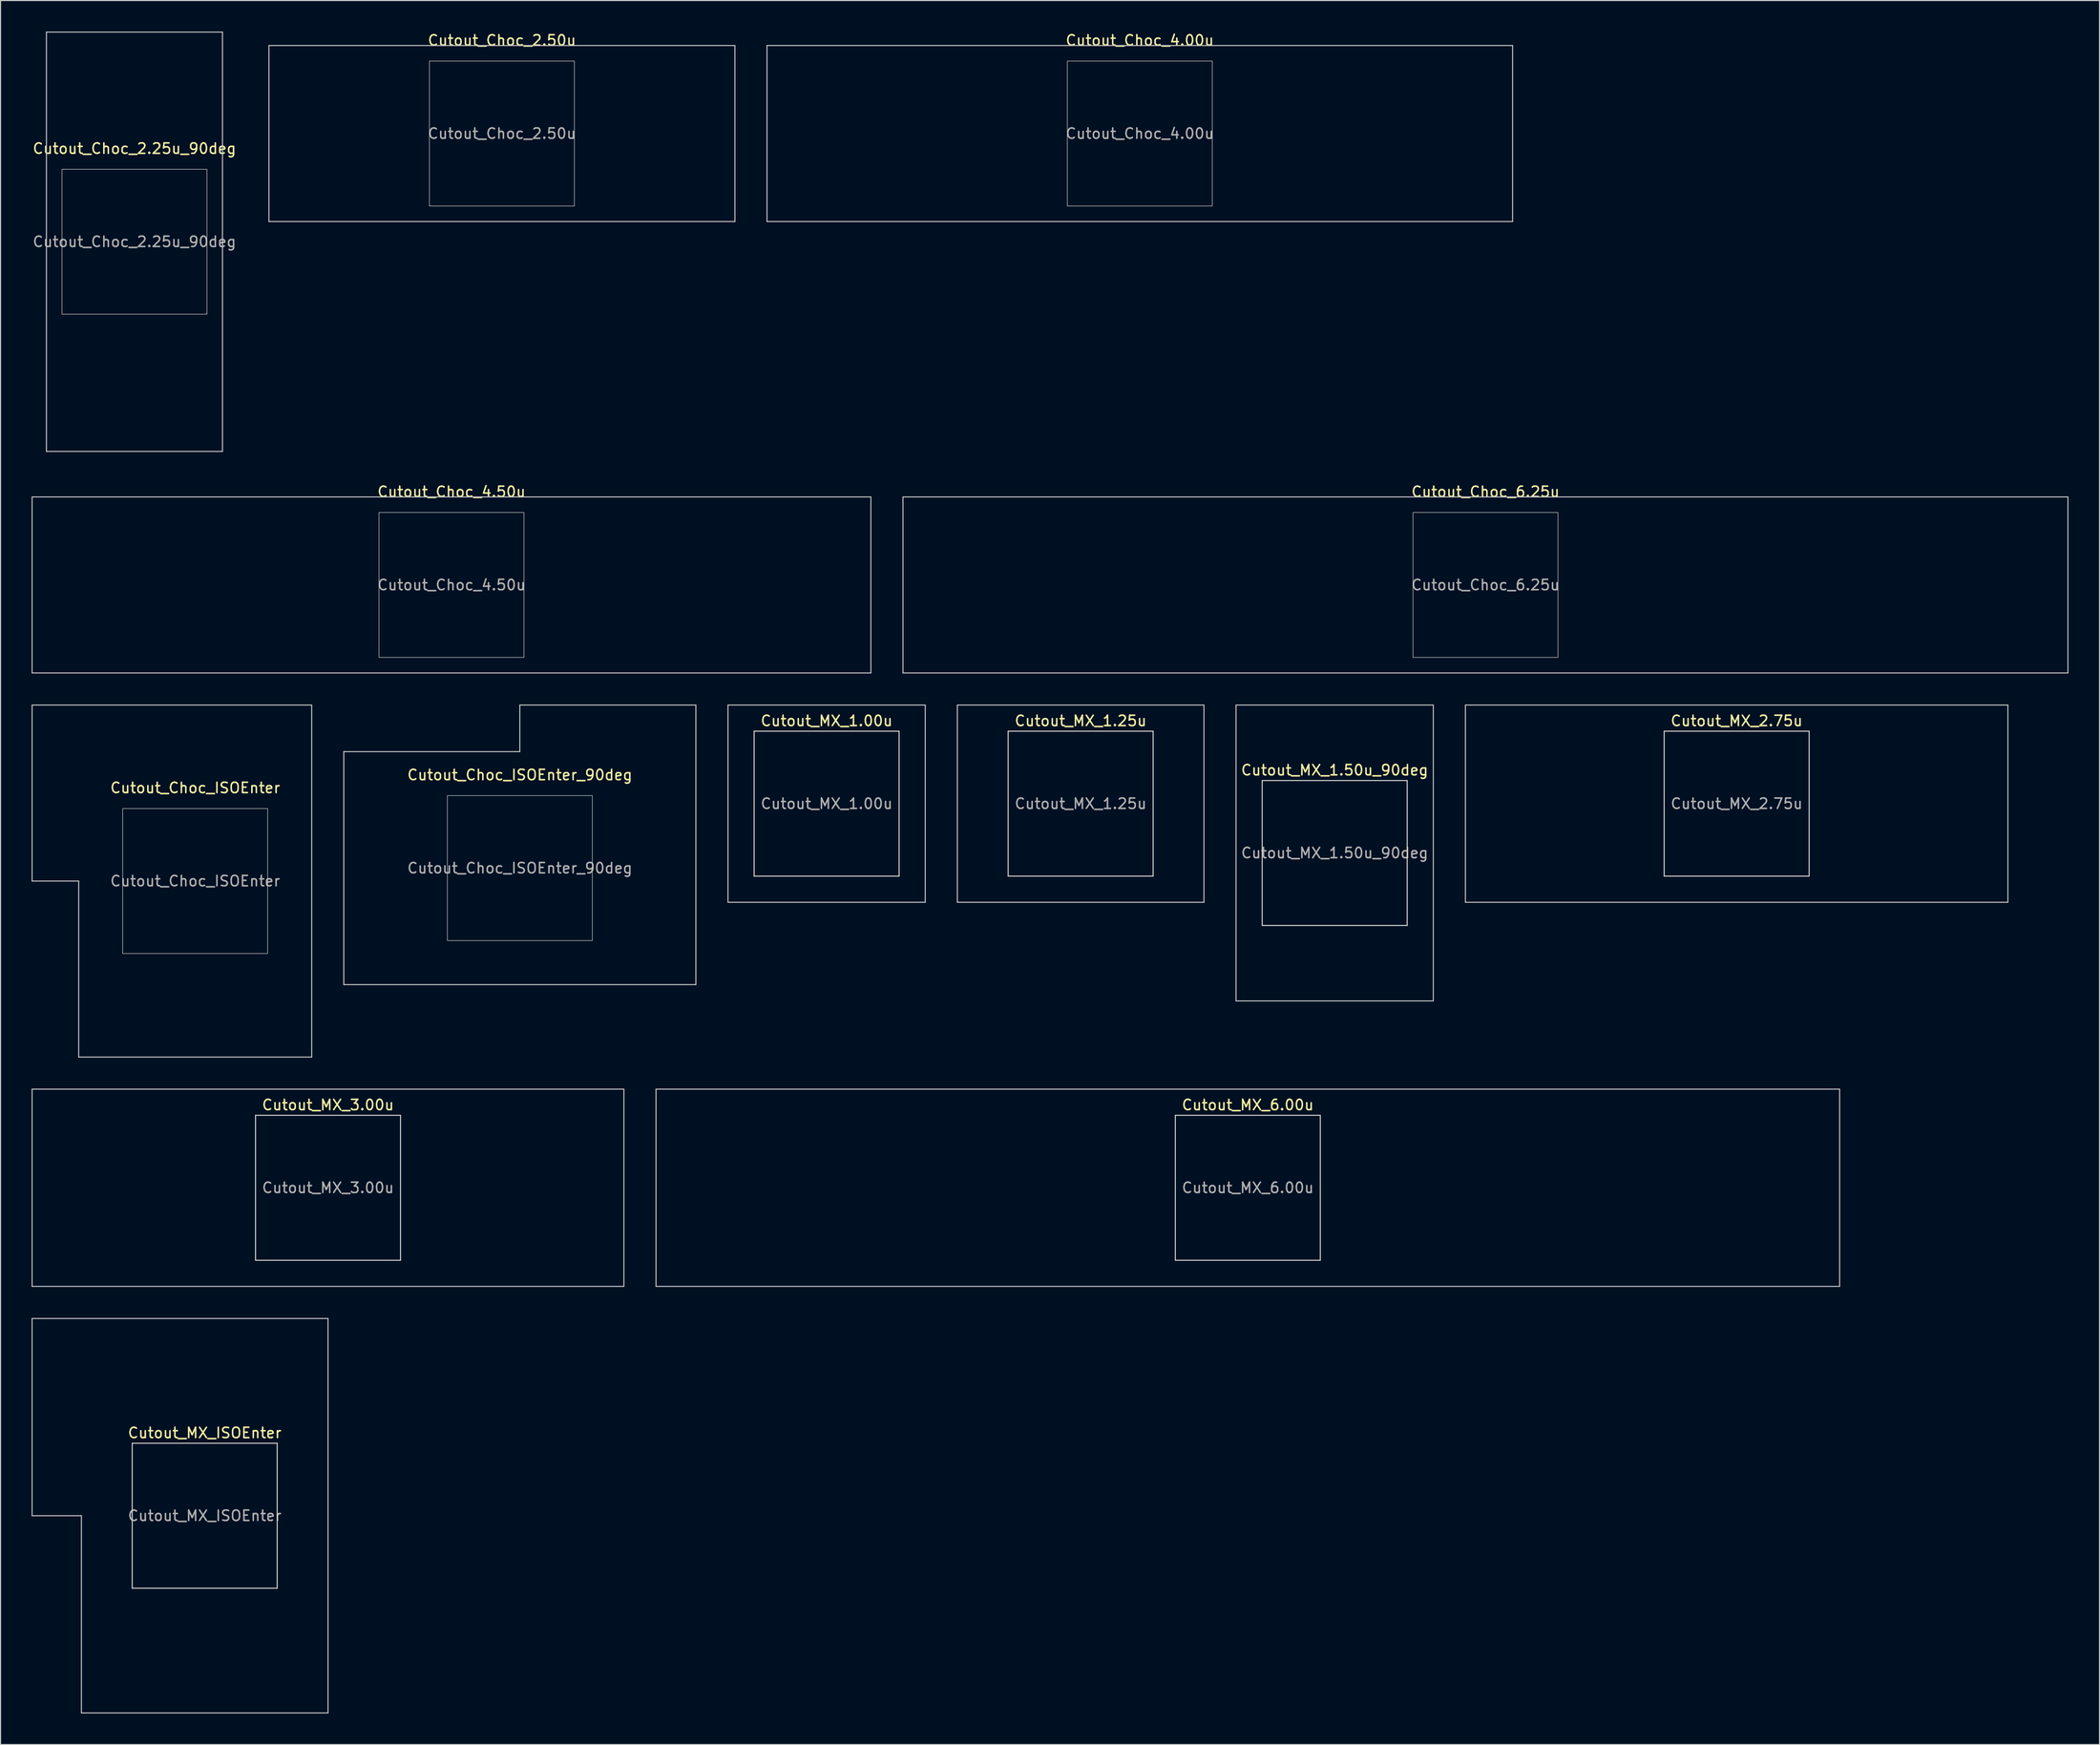
<source format=kicad_pcb>
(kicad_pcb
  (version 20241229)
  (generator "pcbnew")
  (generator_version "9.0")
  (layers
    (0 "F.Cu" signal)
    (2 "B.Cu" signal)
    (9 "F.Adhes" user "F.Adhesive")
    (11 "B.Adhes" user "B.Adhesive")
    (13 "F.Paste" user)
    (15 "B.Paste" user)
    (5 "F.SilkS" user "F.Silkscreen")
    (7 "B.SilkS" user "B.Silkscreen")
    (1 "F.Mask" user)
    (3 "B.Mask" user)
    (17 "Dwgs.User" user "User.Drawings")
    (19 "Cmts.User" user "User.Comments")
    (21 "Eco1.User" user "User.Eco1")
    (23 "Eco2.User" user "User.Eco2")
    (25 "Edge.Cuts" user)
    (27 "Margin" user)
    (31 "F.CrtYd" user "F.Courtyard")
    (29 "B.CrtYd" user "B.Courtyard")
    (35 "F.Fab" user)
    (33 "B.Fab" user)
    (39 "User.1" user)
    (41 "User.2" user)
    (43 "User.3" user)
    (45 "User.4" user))
  (footprint "Cutout_Choc_2.50u"
    (layer "F.Cu")
    (at 45.419 9.848)
    (property "Reference" "Cutout_Choc_2.50u" (at 0 -9 0) (layer "F.SilkS") (effects (font (size 1 1) (thickness 0.15))))
    (attr through_hole)
    (fp_line (start -22.5 -8.5) (end -22.5 8.5) (stroke (width 0.1) (type solid)) (layer "Dwgs.User"))
    (fp_line (start -22.5 8.5) (end 22.5 8.5) (stroke (width 0.1) (type solid)) (layer "Dwgs.User"))
    (fp_line (start 22.5 -8.5) (end -22.5 -8.5) (stroke (width 0.1) (type solid)) (layer "Dwgs.User"))
    (fp_line (start 22.5 8.5) (end 22.5 -8.5) (stroke (width 0.1) (type solid)) (layer "Dwgs.User"))
    (fp_rect (start -7 -7) (end 7 7) (stroke (width 0.05) (type default)) (fill no) (layer "Edge.Cuts"))
    (fp_text user "${REFERENCE}" (at 0 0 0) (layer "F.Fab") (effects (font (size 1 1) (thickness 0.15)))))
  (footprint "Cutout_MX_1.00u"
    (layer "F.Cu")
    (at 76.775 74.573)
    (property "Reference" "Cutout_MX_1.00u" (at 0 -8 0) (layer "F.SilkS") (effects (font (size 1 1) (thickness 0.15))))
    (attr through_hole)
    (fp_line (start -9.525 -9.525) (end -9.525 9.525) (stroke (width 0.1) (type solid)) (layer "Dwgs.User"))
    (fp_line (start -9.525 9.525) (end 9.525 9.525) (stroke (width 0.1) (type solid)) (layer "Dwgs.User"))
    (fp_line (start 9.525 -9.525) (end -9.525 -9.525) (stroke (width 0.1) (type solid)) (layer "Dwgs.User"))
    (fp_line (start 9.525 9.525) (end 9.525 -9.525) (stroke (width 0.1) (type solid)) (layer "Dwgs.User"))
    (fp_line (start -7 -7) (end -7 7) (stroke (width 0.1) (type solid)) (layer "Edge.Cuts"))
    (fp_line (start -7 7) (end 7 7) (stroke (width 0.1) (type solid)) (layer "Edge.Cuts"))
    (fp_line (start 7 -7) (end -7 -7) (stroke (width 0.1) (type solid)) (layer "Edge.Cuts"))
    (fp_line (start 7 7) (end 7 -7) (stroke (width 0.1) (type solid)) (layer "Edge.Cuts"))
    (fp_text user "${REFERENCE}" (at 0 0 0) (layer "F.Fab") (effects (font (size 1 1) (thickness 0.15)))))
  (footprint "Cutout_Choc_4.50u"
    (layer "F.Cu")
    (at 40.55 53.448)
    (property "Reference" "Cutout_Choc_4.50u" (at 0 -9 0) (layer "F.SilkS") (effects (font (size 1 1) (thickness 0.15))))
    (attr through_hole)
    (fp_line (start -40.5 -8.5) (end -40.5 8.5) (stroke (width 0.1) (type solid)) (layer "Dwgs.User"))
    (fp_line (start -40.5 8.5) (end 40.5 8.5) (stroke (width 0.1) (type solid)) (layer "Dwgs.User"))
    (fp_line (start 40.5 -8.5) (end -40.5 -8.5) (stroke (width 0.1) (type solid)) (layer "Dwgs.User"))
    (fp_line (start 40.5 8.5) (end 40.5 -8.5) (stroke (width 0.1) (type solid)) (layer "Dwgs.User"))
    (fp_rect (start -7 -7) (end 7 7) (stroke (width 0.05) (type default)) (fill no) (layer "Edge.Cuts"))
    (fp_text user "${REFERENCE}" (at 0 0 0) (layer "F.Fab") (effects (font (size 1 1) (thickness 0.15)))))
  (footprint "Cutout_MX_2.75u"
    (layer "F.Cu")
    (at 164.656 74.573)
    (property "Reference" "Cutout_MX_2.75u" (at 0 -8 0) (layer "F.SilkS") (effects (font (size 1 1) (thickness 0.15))))
    (attr through_hole)
    (fp_line (start -26.194 -9.525) (end -26.194 9.525) (stroke (width 0.1) (type solid)) (layer "Dwgs.User"))
    (fp_line (start -26.194 9.525) (end 26.194 9.525) (stroke (width 0.1) (type solid)) (layer "Dwgs.User"))
    (fp_line (start 26.194 -9.525) (end -26.194 -9.525) (stroke (width 0.1) (type solid)) (layer "Dwgs.User"))
    (fp_line (start 26.194 9.525) (end 26.194 -9.525) (stroke (width 0.1) (type solid)) (layer "Dwgs.User"))
    (fp_line (start -7 -7) (end -7 7) (stroke (width 0.1) (type solid)) (layer "Edge.Cuts"))
    (fp_line (start -7 7) (end 7 7) (stroke (width 0.1) (type solid)) (layer "Edge.Cuts"))
    (fp_line (start 7 -7) (end -7 -7) (stroke (width 0.1) (type solid)) (layer "Edge.Cuts"))
    (fp_line (start 7 7) (end 7 -7) (stroke (width 0.1) (type solid)) (layer "Edge.Cuts"))
    (fp_text user "${REFERENCE}" (at 0 0 0) (layer "F.Fab") (effects (font (size 1 1) (thickness 0.15)))))
  (footprint "Cutout_MX_1.25u"
    (layer "F.Cu")
    (at 101.306 74.573)
    (property "Reference" "Cutout_MX_1.25u" (at 0 -8 0) (layer "F.SilkS") (effects (font (size 1 1) (thickness 0.15))))
    (attr through_hole)
    (fp_line (start -11.906 -9.525) (end -11.906 9.525) (stroke (width 0.1) (type solid)) (layer "Dwgs.User"))
    (fp_line (start -11.906 9.525) (end 11.906 9.525) (stroke (width 0.1) (type solid)) (layer "Dwgs.User"))
    (fp_line (start 11.906 -9.525) (end -11.906 -9.525) (stroke (width 0.1) (type solid)) (layer "Dwgs.User"))
    (fp_line (start 11.906 9.525) (end 11.906 -9.525) (stroke (width 0.1) (type solid)) (layer "Dwgs.User"))
    (fp_line (start -7 -7) (end -7 7) (stroke (width 0.1) (type solid)) (layer "Edge.Cuts"))
    (fp_line (start -7 7) (end 7 7) (stroke (width 0.1) (type solid)) (layer "Edge.Cuts"))
    (fp_line (start 7 -7) (end -7 -7) (stroke (width 0.1) (type solid)) (layer "Edge.Cuts"))
    (fp_line (start 7 7) (end 7 -7) (stroke (width 0.1) (type solid)) (layer "Edge.Cuts"))
    (fp_text user "${REFERENCE}" (at 0 0 0) (layer "F.Fab") (effects (font (size 1 1) (thickness 0.15)))))
  (footprint "Cutout_Choc_2.25u_90deg"
    (layer "F.Cu")
    (at 9.935 20.3)
    (property "Reference" "Cutout_Choc_2.25u_90deg" (at 0 -9 0) (layer "F.SilkS") (effects (font (size 1 1) (thickness 0.15))))
    (attr through_hole)
    (fp_line (start -8.5 -20.25) (end 8.5 -20.25) (stroke (width 0.1) (type solid)) (layer "Dwgs.User"))
    (fp_line (start -8.5 20.25) (end -8.5 -20.25) (stroke (width 0.1) (type solid)) (layer "Dwgs.User"))
    (fp_line (start 8.5 -20.25) (end 8.5 20.25) (stroke (width 0.1) (type solid)) (layer "Dwgs.User"))
    (fp_line (start 8.5 20.25) (end -8.5 20.25) (stroke (width 0.1) (type solid)) (layer "Dwgs.User"))
    (fp_rect (start -7 -7) (end 7 7) (stroke (width 0.05) (type default)) (fill no) (layer "Edge.Cuts"))
    (fp_text user "${REFERENCE}" (at 0 0 0) (layer "F.Fab") (effects (font (size 1 1) (thickness 0.15)))))
  (footprint "Cutout_Choc_6.25u"
    (layer "F.Cu")
    (at 140.4 53.448)
    (property "Reference" "Cutout_Choc_6.25u" (at 0 -9 0) (layer "F.SilkS") (effects (font (size 1 1) (thickness 0.15))))
    (attr through_hole)
    (fp_line (start -56.25 -8.5) (end -56.25 8.5) (stroke (width 0.1) (type solid)) (layer "Dwgs.User"))
    (fp_line (start -56.25 8.5) (end 56.25 8.5) (stroke (width 0.1) (type solid)) (layer "Dwgs.User"))
    (fp_line (start 56.25 -8.5) (end -56.25 -8.5) (stroke (width 0.1) (type solid)) (layer "Dwgs.User"))
    (fp_line (start 56.25 8.5) (end 56.25 -8.5) (stroke (width 0.1) (type solid)) (layer "Dwgs.User"))
    (fp_rect (start -7 -7) (end 7 7) (stroke (width 0.05) (type default)) (fill no) (layer "Edge.Cuts"))
    (fp_text user "${REFERENCE}" (at 0 0 0) (layer "F.Fab") (effects (font (size 1 1) (thickness 0.15)))))
  (footprint "Cutout_Choc_ISOEnter_90deg"
    (layer "F.Cu")
    (at 47.15 80.798)
    (property "Reference" "Cutout_Choc_ISOEnter_90deg" (at 0 -9 0) (layer "F.SilkS") (effects (font (size 1 1) (thickness 0.15))))
    (attr through_hole)
    (fp_line (start -17 -11.25) (end -17 11.25) (stroke (width 0.1) (type solid)) (layer "Dwgs.User"))
    (fp_line (start -17 11.25) (end 17 11.25) (stroke (width 0.1) (type solid)) (layer "Dwgs.User"))
    (fp_line (start 0 -15.75) (end 0 -11.25) (stroke (width 0.1) (type solid)) (layer "Dwgs.User"))
    (fp_line (start 0 -11.25) (end -17 -11.25) (stroke (width 0.1) (type solid)) (layer "Dwgs.User"))
    (fp_line (start 17 -15.75) (end 0 -15.75) (stroke (width 0.1) (type solid)) (layer "Dwgs.User"))
    (fp_line (start 17 11.25) (end 17 -15.75) (stroke (width 0.1) (type solid)) (layer "Dwgs.User"))
    (fp_rect (start -7 -7) (end 7 7) (stroke (width 0.05) (type default)) (fill no) (layer "Edge.Cuts"))
    (fp_text user "${REFERENCE}" (at 0 0 0) (layer "F.Fab") (effects (font (size 1 1) (thickness 0.15)))))
  (footprint "Cutout_MX_6.00u"
    (layer "F.Cu")
    (at 117.45 111.673)
    (property "Reference" "Cutout_MX_6.00u" (at 0 -8 0) (layer "F.SilkS") (effects (font (size 1 1) (thickness 0.15))))
    (attr through_hole)
    (fp_line (start -57.15 -9.525) (end -57.15 9.525) (stroke (width 0.1) (type solid)) (layer "Dwgs.User"))
    (fp_line (start -57.15 9.525) (end 57.15 9.525) (stroke (width 0.1) (type solid)) (layer "Dwgs.User"))
    (fp_line (start 57.15 -9.525) (end -57.15 -9.525) (stroke (width 0.1) (type solid)) (layer "Dwgs.User"))
    (fp_line (start 57.15 9.525) (end 57.15 -9.525) (stroke (width 0.1) (type solid)) (layer "Dwgs.User"))
    (fp_line (start -7 -7) (end -7 7) (stroke (width 0.1) (type solid)) (layer "Edge.Cuts"))
    (fp_line (start -7 7) (end 7 7) (stroke (width 0.1) (type solid)) (layer "Edge.Cuts"))
    (fp_line (start 7 -7) (end -7 -7) (stroke (width 0.1) (type solid)) (layer "Edge.Cuts"))
    (fp_line (start 7 7) (end 7 -7) (stroke (width 0.1) (type solid)) (layer "Edge.Cuts"))
    (fp_text user "${REFERENCE}" (at 0 0 0) (layer "F.Fab") (effects (font (size 1 1) (thickness 0.15)))))
  (footprint "Cutout_Choc_ISOEnter"
    (layer "F.Cu")
    (at 15.8 82.048)
    (property "Reference" "Cutout_Choc_ISOEnter" (at 0 -9 0) (layer "F.SilkS") (effects (font (size 1 1) (thickness 0.15))))
    (attr through_hole)
    (fp_line (start -15.75 -17) (end -15.75 0) (stroke (width 0.1) (type solid)) (layer "Dwgs.User"))
    (fp_line (start -15.75 0) (end -11.25 0) (stroke (width 0.1) (type solid)) (layer "Dwgs.User"))
    (fp_line (start -11.25 0) (end -11.25 17) (stroke (width 0.1) (type solid)) (layer "Dwgs.User"))
    (fp_line (start -11.25 17) (end 11.25 17) (stroke (width 0.1) (type solid)) (layer "Dwgs.User"))
    (fp_line (start 11.25 -17) (end -15.75 -17) (stroke (width 0.1) (type solid)) (layer "Dwgs.User"))
    (fp_line (start 11.25 17) (end 11.25 -17) (stroke (width 0.1) (type solid)) (layer "Dwgs.User"))
    (fp_rect (start -7 -7) (end 7 7) (stroke (width 0.05) (type default)) (fill no) (layer "Edge.Cuts"))
    (fp_text user "${REFERENCE}" (at 0 0 0) (layer "F.Fab") (effects (font (size 1 1) (thickness 0.15)))))
  (footprint "Cutout_Choc_4.00u"
    (layer "F.Cu")
    (at 107.019 9.848)
    (property "Reference" "Cutout_Choc_4.00u" (at 0 -9 0) (layer "F.SilkS") (effects (font (size 1 1) (thickness 0.15))))
    (attr through_hole)
    (fp_line (start -36 -8.5) (end -36 8.5) (stroke (width 0.1) (type solid)) (layer "Dwgs.User"))
    (fp_line (start -36 8.5) (end 36 8.5) (stroke (width 0.1) (type solid)) (layer "Dwgs.User"))
    (fp_line (start 36 -8.5) (end -36 -8.5) (stroke (width 0.1) (type solid)) (layer "Dwgs.User"))
    (fp_line (start 36 8.5) (end 36 -8.5) (stroke (width 0.1) (type solid)) (layer "Dwgs.User"))
    (fp_rect (start -7 -7) (end 7 7) (stroke (width 0.05) (type default)) (fill no) (layer "Edge.Cuts"))
    (fp_text user "${REFERENCE}" (at 0 0 0) (layer "F.Fab") (effects (font (size 1 1) (thickness 0.15)))))
  (footprint "Cutout_MX_ISOEnter"
    (layer "F.Cu")
    (at 16.719 143.348)
    (property "Reference" "Cutout_MX_ISOEnter" (at 0 -8 0) (layer "F.SilkS") (effects (font (size 1 1) (thickness 0.15))))
    (attr through_hole)
    (fp_line (start -16.669 -19.05) (end -16.669 0) (stroke (width 0.1) (type solid)) (layer "Dwgs.User"))
    (fp_line (start -16.669 0) (end -11.906 0) (stroke (width 0.1) (type solid)) (layer "Dwgs.User"))
    (fp_line (start -11.906 0) (end -11.906 19.05) (stroke (width 0.1) (type solid)) (layer "Dwgs.User"))
    (fp_line (start -11.906 19.05) (end 11.906 19.05) (stroke (width 0.1) (type solid)) (layer "Dwgs.User"))
    (fp_line (start 11.906 -19.05) (end -16.669 -19.05) (stroke (width 0.1) (type solid)) (layer "Dwgs.User"))
    (fp_line (start 11.906 19.05) (end 11.906 -19.05) (stroke (width 0.1) (type solid)) (layer "Dwgs.User"))
    (fp_line (start -7 -7) (end -7 7) (stroke (width 0.1) (type solid)) (layer "Edge.Cuts"))
    (fp_line (start -7 7) (end 7 7) (stroke (width 0.1) (type solid)) (layer "Edge.Cuts"))
    (fp_line (start 7 -7) (end -7 -7) (stroke (width 0.1) (type solid)) (layer "Edge.Cuts"))
    (fp_line (start 7 7) (end 7 -7) (stroke (width 0.1) (type solid)) (layer "Edge.Cuts"))
    (fp_text user "${REFERENCE}" (at 0 0 0) (layer "F.Fab") (effects (font (size 1 1) (thickness 0.15)))))
  (footprint "Cutout_MX_1.50u_90deg"
    (layer "F.Cu")
    (at 125.838 79.336)
    (property "Reference" "Cutout_MX_1.50u_90deg" (at 0 -8 0) (layer "F.SilkS") (effects (font (size 1 1) (thickness 0.15))))
    (attr through_hole)
    (fp_line (start -9.525 -14.287) (end 9.525 -14.287) (stroke (width 0.1) (type solid)) (layer "Dwgs.User"))
    (fp_line (start -9.525 14.287) (end -9.525 -14.287) (stroke (width 0.1) (type solid)) (layer "Dwgs.User"))
    (fp_line (start 9.525 -14.287) (end 9.525 14.287) (stroke (width 0.1) (type solid)) (layer "Dwgs.User"))
    (fp_line (start 9.525 14.287) (end -9.525 14.287) (stroke (width 0.1) (type solid)) (layer "Dwgs.User"))
    (fp_line (start -7 -7) (end -7 7) (stroke (width 0.1) (type solid)) (layer "Edge.Cuts"))
    (fp_line (start -7 7) (end 7 7) (stroke (width 0.1) (type solid)) (layer "Edge.Cuts"))
    (fp_line (start 7 -7) (end -7 -7) (stroke (width 0.1) (type solid)) (layer "Edge.Cuts"))
    (fp_line (start 7 7) (end 7 -7) (stroke (width 0.1) (type solid)) (layer "Edge.Cuts"))
    (fp_text user "${REFERENCE}" (at 0 0 0) (layer "F.Fab") (effects (font (size 1 1) (thickness 0.15)))))
  (footprint "Cutout_MX_3.00u"
    (layer "F.Cu")
    (at 28.625 111.673)
    (property "Reference" "Cutout_MX_3.00u" (at 0 -8 0) (layer "F.SilkS") (effects (font (size 1 1) (thickness 0.15))))
    (attr through_hole)
    (fp_line (start -28.575 -9.525) (end -28.575 9.525) (stroke (width 0.1) (type solid)) (layer "Dwgs.User"))
    (fp_line (start -28.575 9.525) (end 28.575 9.525) (stroke (width 0.1) (type solid)) (layer "Dwgs.User"))
    (fp_line (start 28.575 -9.525) (end -28.575 -9.525) (stroke (width 0.1) (type solid)) (layer "Dwgs.User"))
    (fp_line (start 28.575 9.525) (end 28.575 -9.525) (stroke (width 0.1) (type solid)) (layer "Dwgs.User"))
    (fp_line (start -7 -7) (end -7 7) (stroke (width 0.1) (type solid)) (layer "Edge.Cuts"))
    (fp_line (start -7 7) (end 7 7) (stroke (width 0.1) (type solid)) (layer "Edge.Cuts"))
    (fp_line (start 7 -7) (end -7 -7) (stroke (width 0.1) (type solid)) (layer "Edge.Cuts"))
    (fp_line (start 7 7) (end 7 -7) (stroke (width 0.1) (type solid)) (layer "Edge.Cuts"))
    (fp_text user "${REFERENCE}" (at 0 0 0) (layer "F.Fab") (effects (font (size 1 1) (thickness 0.15)))))
  (gr_rect
    (start -3 -3)
    (end 199.7 165.448)
    (stroke (width 0.1) (type default))
    (fill no)
    (layer "Edge.Cuts")))
</source>
